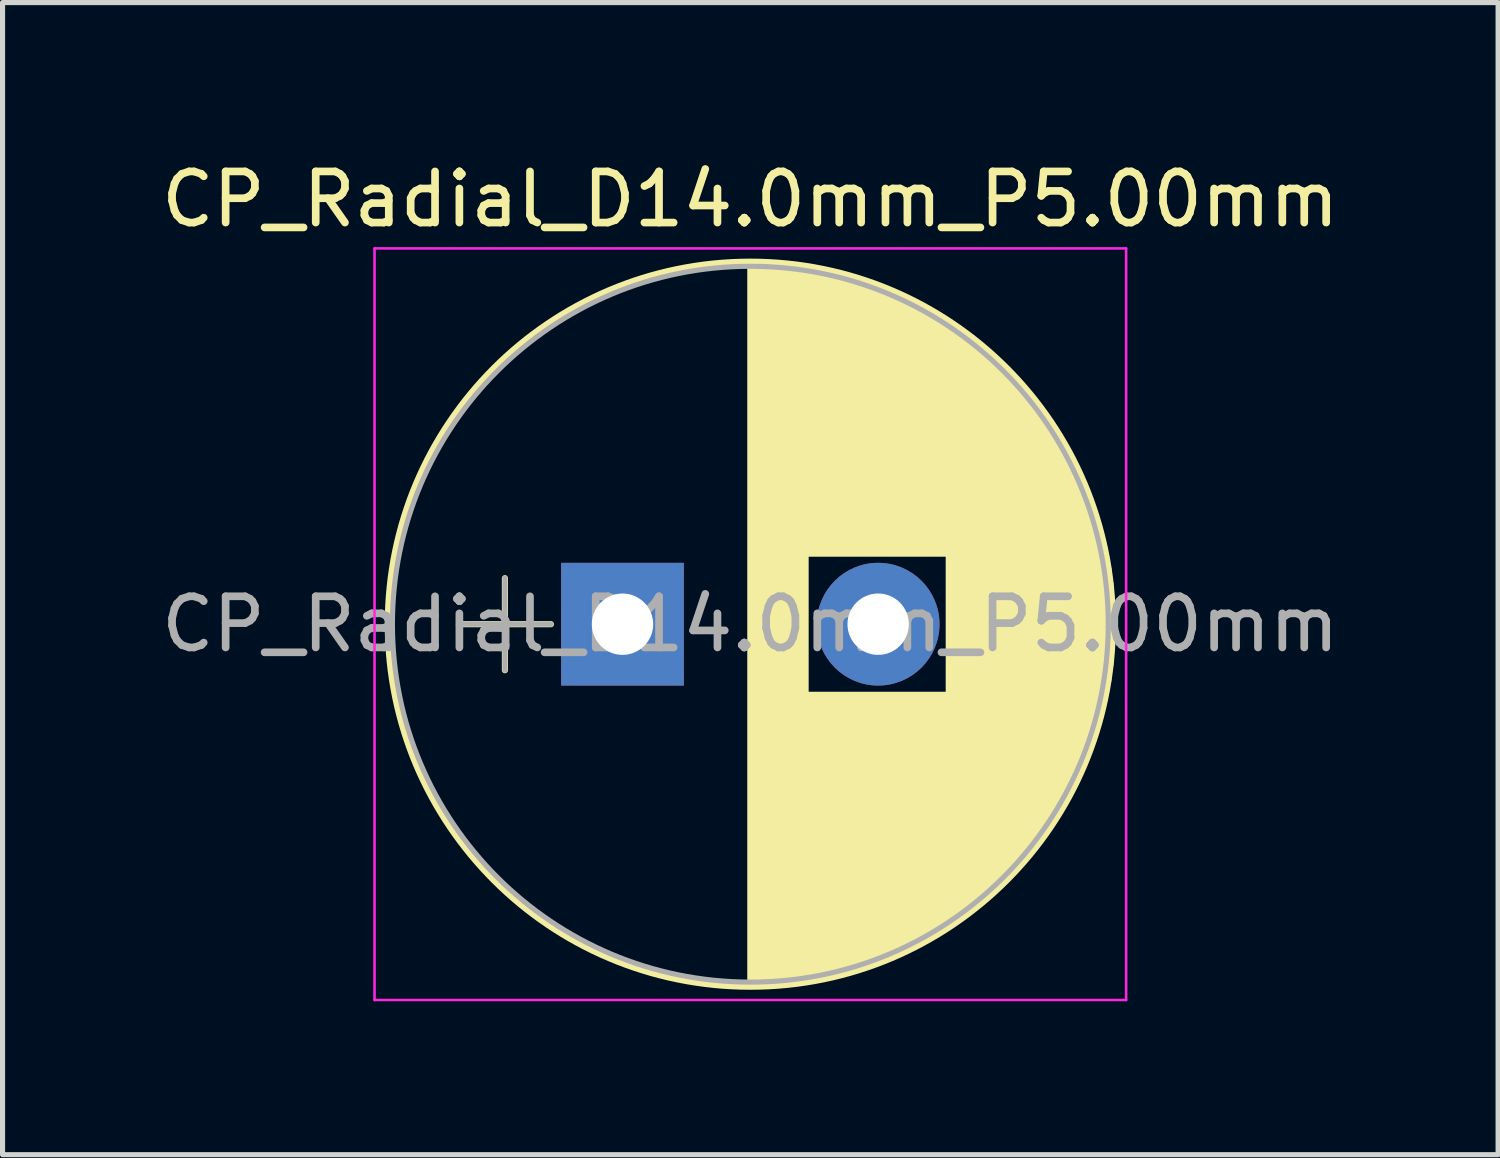
<source format=kicad_pcb>
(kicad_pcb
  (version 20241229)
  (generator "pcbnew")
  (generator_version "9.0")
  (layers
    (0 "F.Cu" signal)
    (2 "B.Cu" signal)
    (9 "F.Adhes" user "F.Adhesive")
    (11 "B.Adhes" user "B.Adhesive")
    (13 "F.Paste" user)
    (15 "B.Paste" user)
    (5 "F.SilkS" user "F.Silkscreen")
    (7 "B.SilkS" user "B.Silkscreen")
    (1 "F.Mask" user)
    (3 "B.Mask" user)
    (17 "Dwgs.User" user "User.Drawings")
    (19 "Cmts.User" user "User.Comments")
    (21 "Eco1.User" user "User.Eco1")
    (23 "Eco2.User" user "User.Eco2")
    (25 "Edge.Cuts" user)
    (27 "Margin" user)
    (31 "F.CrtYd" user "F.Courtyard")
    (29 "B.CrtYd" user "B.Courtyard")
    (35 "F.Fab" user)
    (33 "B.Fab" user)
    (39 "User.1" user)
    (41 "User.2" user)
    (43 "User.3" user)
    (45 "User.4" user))
  (footprint "CP_Radial_D14.0mm_P5.00mm"
    (layer "F.Cu")
    (at 9.125 9.158)
    (property "Reference" "CP_Radial_D14.0mm_P5.00mm" (at 2.5 -8.31 0) (layer "F.SilkS") (effects (font (size 1 1) (thickness 0.15))))
    (attr through_hole)
    (fp_line (start -3.2 0) (end -1.4 0) (stroke (width 0.12) (type solid)) (layer "F.SilkS"))
    (fp_line (start -2.3 -0.9) (end -2.3 0.9) (stroke (width 0.12) (type solid)) (layer "F.SilkS"))
    (fp_line (start 2.5 -7.05) (end 2.5 7.05) (stroke (width 0.12) (type solid)) (layer "F.SilkS"))
    (fp_line (start 2.54 -7.05) (end 2.54 7.05) (stroke (width 0.12) (type solid)) (layer "F.SilkS"))
    (fp_line (start 2.58 -7.05) (end 2.58 7.05) (stroke (width 0.12) (type solid)) (layer "F.SilkS"))
    (fp_line (start 2.62 -7.049) (end 2.62 7.049) (stroke (width 0.12) (type solid)) (layer "F.SilkS"))
    (fp_line (start 2.66 -7.049) (end 2.66 7.049) (stroke (width 0.12) (type solid)) (layer "F.SilkS"))
    (fp_line (start 2.7 -7.048) (end 2.7 7.048) (stroke (width 0.12) (type solid)) (layer "F.SilkS"))
    (fp_line (start 2.74 -7.046) (end 2.74 7.046) (stroke (width 0.12) (type solid)) (layer "F.SilkS"))
    (fp_line (start 2.78 -7.045) (end 2.78 7.045) (stroke (width 0.12) (type solid)) (layer "F.SilkS"))
    (fp_line (start 2.82 -7.043) (end 2.82 7.043) (stroke (width 0.12) (type solid)) (layer "F.SilkS"))
    (fp_line (start 2.86 -7.041) (end 2.86 7.041) (stroke (width 0.12) (type solid)) (layer "F.SilkS"))
    (fp_line (start 2.9 -7.039) (end 2.9 7.039) (stroke (width 0.12) (type solid)) (layer "F.SilkS"))
    (fp_line (start 2.94 -7.037) (end 2.94 7.037) (stroke (width 0.12) (type solid)) (layer "F.SilkS"))
    (fp_line (start 2.98 -7.034) (end 2.98 7.034) (stroke (width 0.12) (type solid)) (layer "F.SilkS"))
    (fp_line (start 3.02 -7.031) (end 3.02 7.031) (stroke (width 0.12) (type solid)) (layer "F.SilkS"))
    (fp_line (start 3.06 -7.028) (end 3.06 7.028) (stroke (width 0.12) (type solid)) (layer "F.SilkS"))
    (fp_line (start 3.1 -7.025) (end 3.1 7.025) (stroke (width 0.12) (type solid)) (layer "F.SilkS"))
    (fp_line (start 3.14 -7.022) (end 3.14 7.022) (stroke (width 0.12) (type solid)) (layer "F.SilkS"))
    (fp_line (start 3.18 -7.018) (end 3.18 7.018) (stroke (width 0.12) (type solid)) (layer "F.SilkS"))
    (fp_line (start 3.221 -7.014) (end 3.221 7.014) (stroke (width 0.12) (type solid)) (layer "F.SilkS"))
    (fp_line (start 3.261 -7.01) (end 3.261 7.01) (stroke (width 0.12) (type solid)) (layer "F.SilkS"))
    (fp_line (start 3.301 -7.005) (end 3.301 7.005) (stroke (width 0.12) (type solid)) (layer "F.SilkS"))
    (fp_line (start 3.341 -7.001) (end 3.341 7.001) (stroke (width 0.12) (type solid)) (layer "F.SilkS"))
    (fp_line (start 3.381 -6.996) (end 3.381 6.996) (stroke (width 0.12) (type solid)) (layer "F.SilkS"))
    (fp_line (start 3.421 -6.991) (end 3.421 6.991) (stroke (width 0.12) (type solid)) (layer "F.SilkS"))
    (fp_line (start 3.461 -6.985) (end 3.461 6.985) (stroke (width 0.12) (type solid)) (layer "F.SilkS"))
    (fp_line (start 3.501 -6.98) (end 3.501 6.98) (stroke (width 0.12) (type solid)) (layer "F.SilkS"))
    (fp_line (start 3.541 -6.974) (end 3.541 6.974) (stroke (width 0.12) (type solid)) (layer "F.SilkS"))
    (fp_line (start 3.581 -6.968) (end 3.581 6.968) (stroke (width 0.12) (type solid)) (layer "F.SilkS"))
    (fp_line (start 3.621 -6.961) (end 3.621 -1.38) (stroke (width 0.12) (type solid)) (layer "F.SilkS"))
    (fp_line (start 3.621 1.38) (end 3.621 6.961) (stroke (width 0.12) (type solid)) (layer "F.SilkS"))
    (fp_line (start 3.661 -6.955) (end 3.661 -1.38) (stroke (width 0.12) (type solid)) (layer "F.SilkS"))
    (fp_line (start 3.661 1.38) (end 3.661 6.955) (stroke (width 0.12) (type solid)) (layer "F.SilkS"))
    (fp_line (start 3.701 -6.948) (end 3.701 -1.38) (stroke (width 0.12) (type solid)) (layer "F.SilkS"))
    (fp_line (start 3.701 1.38) (end 3.701 6.948) (stroke (width 0.12) (type solid)) (layer "F.SilkS"))
    (fp_line (start 3.741 -6.941) (end 3.741 -1.38) (stroke (width 0.12) (type solid)) (layer "F.SilkS"))
    (fp_line (start 3.741 1.38) (end 3.741 6.941) (stroke (width 0.12) (type solid)) (layer "F.SilkS"))
    (fp_line (start 3.781 -6.934) (end 3.781 -1.38) (stroke (width 0.12) (type solid)) (layer "F.SilkS"))
    (fp_line (start 3.781 1.38) (end 3.781 6.934) (stroke (width 0.12) (type solid)) (layer "F.SilkS"))
    (fp_line (start 3.821 -6.927) (end 3.821 -1.38) (stroke (width 0.12) (type solid)) (layer "F.SilkS"))
    (fp_line (start 3.821 1.38) (end 3.821 6.927) (stroke (width 0.12) (type solid)) (layer "F.SilkS"))
    (fp_line (start 3.861 -6.919) (end 3.861 -1.38) (stroke (width 0.12) (type solid)) (layer "F.SilkS"))
    (fp_line (start 3.861 1.38) (end 3.861 6.919) (stroke (width 0.12) (type solid)) (layer "F.SilkS"))
    (fp_line (start 3.901 -6.911) (end 3.901 -1.38) (stroke (width 0.12) (type solid)) (layer "F.SilkS"))
    (fp_line (start 3.901 1.38) (end 3.901 6.911) (stroke (width 0.12) (type solid)) (layer "F.SilkS"))
    (fp_line (start 3.941 -6.903) (end 3.941 -1.38) (stroke (width 0.12) (type solid)) (layer "F.SilkS"))
    (fp_line (start 3.941 1.38) (end 3.941 6.903) (stroke (width 0.12) (type solid)) (layer "F.SilkS"))
    (fp_line (start 3.981 -6.894) (end 3.981 -1.38) (stroke (width 0.12) (type solid)) (layer "F.SilkS"))
    (fp_line (start 3.981 1.38) (end 3.981 6.894) (stroke (width 0.12) (type solid)) (layer "F.SilkS"))
    (fp_line (start 4.021 -6.886) (end 4.021 -1.38) (stroke (width 0.12) (type solid)) (layer "F.SilkS"))
    (fp_line (start 4.021 1.38) (end 4.021 6.886) (stroke (width 0.12) (type solid)) (layer "F.SilkS"))
    (fp_line (start 4.061 -6.877) (end 4.061 -1.38) (stroke (width 0.12) (type solid)) (layer "F.SilkS"))
    (fp_line (start 4.061 1.38) (end 4.061 6.877) (stroke (width 0.12) (type solid)) (layer "F.SilkS"))
    (fp_line (start 4.101 -6.868) (end 4.101 -1.38) (stroke (width 0.12) (type solid)) (layer "F.SilkS"))
    (fp_line (start 4.101 1.38) (end 4.101 6.868) (stroke (width 0.12) (type solid)) (layer "F.SilkS"))
    (fp_line (start 4.141 -6.858) (end 4.141 -1.38) (stroke (width 0.12) (type solid)) (layer "F.SilkS"))
    (fp_line (start 4.141 1.38) (end 4.141 6.858) (stroke (width 0.12) (type solid)) (layer "F.SilkS"))
    (fp_line (start 4.181 -6.849) (end 4.181 -1.38) (stroke (width 0.12) (type solid)) (layer "F.SilkS"))
    (fp_line (start 4.181 1.38) (end 4.181 6.849) (stroke (width 0.12) (type solid)) (layer "F.SilkS"))
    (fp_line (start 4.221 -6.839) (end 4.221 -1.38) (stroke (width 0.12) (type solid)) (layer "F.SilkS"))
    (fp_line (start 4.221 1.38) (end 4.221 6.839) (stroke (width 0.12) (type solid)) (layer "F.SilkS"))
    (fp_line (start 4.261 -6.829) (end 4.261 -1.38) (stroke (width 0.12) (type solid)) (layer "F.SilkS"))
    (fp_line (start 4.261 1.38) (end 4.261 6.829) (stroke (width 0.12) (type solid)) (layer "F.SilkS"))
    (fp_line (start 4.301 -6.818) (end 4.301 -1.38) (stroke (width 0.12) (type solid)) (layer "F.SilkS"))
    (fp_line (start 4.301 1.38) (end 4.301 6.818) (stroke (width 0.12) (type solid)) (layer "F.SilkS"))
    (fp_line (start 4.341 -6.808) (end 4.341 -1.38) (stroke (width 0.12) (type solid)) (layer "F.SilkS"))
    (fp_line (start 4.341 1.38) (end 4.341 6.808) (stroke (width 0.12) (type solid)) (layer "F.SilkS"))
    (fp_line (start 4.381 -6.797) (end 4.381 -1.38) (stroke (width 0.12) (type solid)) (layer "F.SilkS"))
    (fp_line (start 4.381 1.38) (end 4.381 6.797) (stroke (width 0.12) (type solid)) (layer "F.SilkS"))
    (fp_line (start 4.421 -6.786) (end 4.421 -1.38) (stroke (width 0.12) (type solid)) (layer "F.SilkS"))
    (fp_line (start 4.421 1.38) (end 4.421 6.786) (stroke (width 0.12) (type solid)) (layer "F.SilkS"))
    (fp_line (start 4.461 -6.774) (end 4.461 -1.38) (stroke (width 0.12) (type solid)) (layer "F.SilkS"))
    (fp_line (start 4.461 1.38) (end 4.461 6.774) (stroke (width 0.12) (type solid)) (layer "F.SilkS"))
    (fp_line (start 4.501 -6.763) (end 4.501 -1.38) (stroke (width 0.12) (type solid)) (layer "F.SilkS"))
    (fp_line (start 4.501 1.38) (end 4.501 6.763) (stroke (width 0.12) (type solid)) (layer "F.SilkS"))
    (fp_line (start 4.541 -6.751) (end 4.541 -1.38) (stroke (width 0.12) (type solid)) (layer "F.SilkS"))
    (fp_line (start 4.541 1.38) (end 4.541 6.751) (stroke (width 0.12) (type solid)) (layer "F.SilkS"))
    (fp_line (start 4.581 -6.739) (end 4.581 -1.38) (stroke (width 0.12) (type solid)) (layer "F.SilkS"))
    (fp_line (start 4.581 1.38) (end 4.581 6.739) (stroke (width 0.12) (type solid)) (layer "F.SilkS"))
    (fp_line (start 4.621 -6.726) (end 4.621 -1.38) (stroke (width 0.12) (type solid)) (layer "F.SilkS"))
    (fp_line (start 4.621 1.38) (end 4.621 6.726) (stroke (width 0.12) (type solid)) (layer "F.SilkS"))
    (fp_line (start 4.661 -6.713) (end 4.661 -1.38) (stroke (width 0.12) (type solid)) (layer "F.SilkS"))
    (fp_line (start 4.661 1.38) (end 4.661 6.713) (stroke (width 0.12) (type solid)) (layer "F.SilkS"))
    (fp_line (start 4.701 -6.701) (end 4.701 -1.38) (stroke (width 0.12) (type solid)) (layer "F.SilkS"))
    (fp_line (start 4.701 1.38) (end 4.701 6.701) (stroke (width 0.12) (type solid)) (layer "F.SilkS"))
    (fp_line (start 4.741 -6.687) (end 4.741 -1.38) (stroke (width 0.12) (type solid)) (layer "F.SilkS"))
    (fp_line (start 4.741 1.38) (end 4.741 6.687) (stroke (width 0.12) (type solid)) (layer "F.SilkS"))
    (fp_line (start 4.781 -6.674) (end 4.781 -1.38) (stroke (width 0.12) (type solid)) (layer "F.SilkS"))
    (fp_line (start 4.781 1.38) (end 4.781 6.674) (stroke (width 0.12) (type solid)) (layer "F.SilkS"))
    (fp_line (start 4.821 -6.66) (end 4.821 -1.38) (stroke (width 0.12) (type solid)) (layer "F.SilkS"))
    (fp_line (start 4.821 1.38) (end 4.821 6.66) (stroke (width 0.12) (type solid)) (layer "F.SilkS"))
    (fp_line (start 4.861 -6.646) (end 4.861 -1.38) (stroke (width 0.12) (type solid)) (layer "F.SilkS"))
    (fp_line (start 4.861 1.38) (end 4.861 6.646) (stroke (width 0.12) (type solid)) (layer "F.SilkS"))
    (fp_line (start 4.901 -6.632) (end 4.901 -1.38) (stroke (width 0.12) (type solid)) (layer "F.SilkS"))
    (fp_line (start 4.901 1.38) (end 4.901 6.632) (stroke (width 0.12) (type solid)) (layer "F.SilkS"))
    (fp_line (start 4.941 -6.617) (end 4.941 -1.38) (stroke (width 0.12) (type solid)) (layer "F.SilkS"))
    (fp_line (start 4.941 1.38) (end 4.941 6.617) (stroke (width 0.12) (type solid)) (layer "F.SilkS"))
    (fp_line (start 4.981 -6.603) (end 4.981 -1.38) (stroke (width 0.12) (type solid)) (layer "F.SilkS"))
    (fp_line (start 4.981 1.38) (end 4.981 6.603) (stroke (width 0.12) (type solid)) (layer "F.SilkS"))
    (fp_line (start 5.021 -6.588) (end 5.021 -1.38) (stroke (width 0.12) (type solid)) (layer "F.SilkS"))
    (fp_line (start 5.021 1.38) (end 5.021 6.588) (stroke (width 0.12) (type solid)) (layer "F.SilkS"))
    (fp_line (start 5.061 -6.572) (end 5.061 -1.38) (stroke (width 0.12) (type solid)) (layer "F.SilkS"))
    (fp_line (start 5.061 1.38) (end 5.061 6.572) (stroke (width 0.12) (type solid)) (layer "F.SilkS"))
    (fp_line (start 5.101 -6.557) (end 5.101 -1.38) (stroke (width 0.12) (type solid)) (layer "F.SilkS"))
    (fp_line (start 5.101 1.38) (end 5.101 6.557) (stroke (width 0.12) (type solid)) (layer "F.SilkS"))
    (fp_line (start 5.141 -6.541) (end 5.141 -1.38) (stroke (width 0.12) (type solid)) (layer "F.SilkS"))
    (fp_line (start 5.141 1.38) (end 5.141 6.541) (stroke (width 0.12) (type solid)) (layer "F.SilkS"))
    (fp_line (start 5.181 -6.524) (end 5.181 -1.38) (stroke (width 0.12) (type solid)) (layer "F.SilkS"))
    (fp_line (start 5.181 1.38) (end 5.181 6.524) (stroke (width 0.12) (type solid)) (layer "F.SilkS"))
    (fp_line (start 5.221 -6.508) (end 5.221 -1.38) (stroke (width 0.12) (type solid)) (layer "F.SilkS"))
    (fp_line (start 5.221 1.38) (end 5.221 6.508) (stroke (width 0.12) (type solid)) (layer "F.SilkS"))
    (fp_line (start 5.261 -6.491) (end 5.261 -1.38) (stroke (width 0.12) (type solid)) (layer "F.SilkS"))
    (fp_line (start 5.261 1.38) (end 5.261 6.491) (stroke (width 0.12) (type solid)) (layer "F.SilkS"))
    (fp_line (start 5.301 -6.474) (end 5.301 -1.38) (stroke (width 0.12) (type solid)) (layer "F.SilkS"))
    (fp_line (start 5.301 1.38) (end 5.301 6.474) (stroke (width 0.12) (type solid)) (layer "F.SilkS"))
    (fp_line (start 5.341 -6.457) (end 5.341 -1.38) (stroke (width 0.12) (type solid)) (layer "F.SilkS"))
    (fp_line (start 5.341 1.38) (end 5.341 6.457) (stroke (width 0.12) (type solid)) (layer "F.SilkS"))
    (fp_line (start 5.381 -6.439) (end 5.381 -1.38) (stroke (width 0.12) (type solid)) (layer "F.SilkS"))
    (fp_line (start 5.381 1.38) (end 5.381 6.439) (stroke (width 0.12) (type solid)) (layer "F.SilkS"))
    (fp_line (start 5.421 -6.421) (end 5.421 -1.38) (stroke (width 0.12) (type solid)) (layer "F.SilkS"))
    (fp_line (start 5.421 1.38) (end 5.421 6.421) (stroke (width 0.12) (type solid)) (layer "F.SilkS"))
    (fp_line (start 5.461 -6.403) (end 5.461 -1.38) (stroke (width 0.12) (type solid)) (layer "F.SilkS"))
    (fp_line (start 5.461 1.38) (end 5.461 6.403) (stroke (width 0.12) (type solid)) (layer "F.SilkS"))
    (fp_line (start 5.501 -6.385) (end 5.501 -1.38) (stroke (width 0.12) (type solid)) (layer "F.SilkS"))
    (fp_line (start 5.501 1.38) (end 5.501 6.385) (stroke (width 0.12) (type solid)) (layer "F.SilkS"))
    (fp_line (start 5.541 -6.366) (end 5.541 -1.38) (stroke (width 0.12) (type solid)) (layer "F.SilkS"))
    (fp_line (start 5.541 1.38) (end 5.541 6.366) (stroke (width 0.12) (type solid)) (layer "F.SilkS"))
    (fp_line (start 5.581 -6.347) (end 5.581 -1.38) (stroke (width 0.12) (type solid)) (layer "F.SilkS"))
    (fp_line (start 5.581 1.38) (end 5.581 6.347) (stroke (width 0.12) (type solid)) (layer "F.SilkS"))
    (fp_line (start 5.621 -6.327) (end 5.621 -1.38) (stroke (width 0.12) (type solid)) (layer "F.SilkS"))
    (fp_line (start 5.621 1.38) (end 5.621 6.327) (stroke (width 0.12) (type solid)) (layer "F.SilkS"))
    (fp_line (start 5.661 -6.307) (end 5.661 -1.38) (stroke (width 0.12) (type solid)) (layer "F.SilkS"))
    (fp_line (start 5.661 1.38) (end 5.661 6.307) (stroke (width 0.12) (type solid)) (layer "F.SilkS"))
    (fp_line (start 5.701 -6.287) (end 5.701 -1.38) (stroke (width 0.12) (type solid)) (layer "F.SilkS"))
    (fp_line (start 5.701 1.38) (end 5.701 6.287) (stroke (width 0.12) (type solid)) (layer "F.SilkS"))
    (fp_line (start 5.741 -6.267) (end 5.741 -1.38) (stroke (width 0.12) (type solid)) (layer "F.SilkS"))
    (fp_line (start 5.741 1.38) (end 5.741 6.267) (stroke (width 0.12) (type solid)) (layer "F.SilkS"))
    (fp_line (start 5.781 -6.246) (end 5.781 -1.38) (stroke (width 0.12) (type solid)) (layer "F.SilkS"))
    (fp_line (start 5.781 1.38) (end 5.781 6.246) (stroke (width 0.12) (type solid)) (layer "F.SilkS"))
    (fp_line (start 5.821 -6.225) (end 5.821 -1.38) (stroke (width 0.12) (type solid)) (layer "F.SilkS"))
    (fp_line (start 5.821 1.38) (end 5.821 6.225) (stroke (width 0.12) (type solid)) (layer "F.SilkS"))
    (fp_line (start 5.861 -6.204) (end 5.861 -1.38) (stroke (width 0.12) (type solid)) (layer "F.SilkS"))
    (fp_line (start 5.861 1.38) (end 5.861 6.204) (stroke (width 0.12) (type solid)) (layer "F.SilkS"))
    (fp_line (start 5.901 -6.182) (end 5.901 -1.38) (stroke (width 0.12) (type solid)) (layer "F.SilkS"))
    (fp_line (start 5.901 1.38) (end 5.901 6.182) (stroke (width 0.12) (type solid)) (layer "F.SilkS"))
    (fp_line (start 5.941 -6.16) (end 5.941 -1.38) (stroke (width 0.12) (type solid)) (layer "F.SilkS"))
    (fp_line (start 5.941 1.38) (end 5.941 6.16) (stroke (width 0.12) (type solid)) (layer "F.SilkS"))
    (fp_line (start 5.981 -6.138) (end 5.981 -1.38) (stroke (width 0.12) (type solid)) (layer "F.SilkS"))
    (fp_line (start 5.981 1.38) (end 5.981 6.138) (stroke (width 0.12) (type solid)) (layer "F.SilkS"))
    (fp_line (start 6.021 -6.115) (end 6.021 -1.38) (stroke (width 0.12) (type solid)) (layer "F.SilkS"))
    (fp_line (start 6.021 1.38) (end 6.021 6.115) (stroke (width 0.12) (type solid)) (layer "F.SilkS"))
    (fp_line (start 6.061 -6.092) (end 6.061 -1.38) (stroke (width 0.12) (type solid)) (layer "F.SilkS"))
    (fp_line (start 6.061 1.38) (end 6.061 6.092) (stroke (width 0.12) (type solid)) (layer "F.SilkS"))
    (fp_line (start 6.101 -6.069) (end 6.101 -1.38) (stroke (width 0.12) (type solid)) (layer "F.SilkS"))
    (fp_line (start 6.101 1.38) (end 6.101 6.069) (stroke (width 0.12) (type solid)) (layer "F.SilkS"))
    (fp_line (start 6.141 -6.045) (end 6.141 -1.38) (stroke (width 0.12) (type solid)) (layer "F.SilkS"))
    (fp_line (start 6.141 1.38) (end 6.141 6.045) (stroke (width 0.12) (type solid)) (layer "F.SilkS"))
    (fp_line (start 6.181 -6.021) (end 6.181 -1.38) (stroke (width 0.12) (type solid)) (layer "F.SilkS"))
    (fp_line (start 6.181 1.38) (end 6.181 6.021) (stroke (width 0.12) (type solid)) (layer "F.SilkS"))
    (fp_line (start 6.221 -5.996) (end 6.221 -1.38) (stroke (width 0.12) (type solid)) (layer "F.SilkS"))
    (fp_line (start 6.221 1.38) (end 6.221 5.996) (stroke (width 0.12) (type solid)) (layer "F.SilkS"))
    (fp_line (start 6.261 -5.971) (end 6.261 -1.38) (stroke (width 0.12) (type solid)) (layer "F.SilkS"))
    (fp_line (start 6.261 1.38) (end 6.261 5.971) (stroke (width 0.12) (type solid)) (layer "F.SilkS"))
    (fp_line (start 6.301 -5.946) (end 6.301 -1.38) (stroke (width 0.12) (type solid)) (layer "F.SilkS"))
    (fp_line (start 6.301 1.38) (end 6.301 5.946) (stroke (width 0.12) (type solid)) (layer "F.SilkS"))
    (fp_line (start 6.341 -5.921) (end 6.341 -1.38) (stroke (width 0.12) (type solid)) (layer "F.SilkS"))
    (fp_line (start 6.341 1.38) (end 6.341 5.921) (stroke (width 0.12) (type solid)) (layer "F.SilkS"))
    (fp_line (start 6.381 -5.895) (end 6.381 5.895) (stroke (width 0.12) (type solid)) (layer "F.SilkS"))
    (fp_line (start 6.421 -5.868) (end 6.421 5.868) (stroke (width 0.12) (type solid)) (layer "F.SilkS"))
    (fp_line (start 6.461 -5.842) (end 6.461 5.842) (stroke (width 0.12) (type solid)) (layer "F.SilkS"))
    (fp_line (start 6.501 -5.814) (end 6.501 5.814) (stroke (width 0.12) (type solid)) (layer "F.SilkS"))
    (fp_line (start 6.541 -5.787) (end 6.541 5.787) (stroke (width 0.12) (type solid)) (layer "F.SilkS"))
    (fp_line (start 6.581 -5.759) (end 6.581 5.759) (stroke (width 0.12) (type solid)) (layer "F.SilkS"))
    (fp_line (start 6.621 -5.731) (end 6.621 5.731) (stroke (width 0.12) (type solid)) (layer "F.SilkS"))
    (fp_line (start 6.661 -5.702) (end 6.661 5.702) (stroke (width 0.12) (type solid)) (layer "F.SilkS"))
    (fp_line (start 6.701 -5.673) (end 6.701 5.673) (stroke (width 0.12) (type solid)) (layer "F.SilkS"))
    (fp_line (start 6.741 -5.643) (end 6.741 5.643) (stroke (width 0.12) (type solid)) (layer "F.SilkS"))
    (fp_line (start 6.781 -5.613) (end 6.781 5.613) (stroke (width 0.12) (type solid)) (layer "F.SilkS"))
    (fp_line (start 6.821 -5.582) (end 6.821 5.582) (stroke (width 0.12) (type solid)) (layer "F.SilkS"))
    (fp_line (start 6.861 -5.551) (end 6.861 5.551) (stroke (width 0.12) (type solid)) (layer "F.SilkS"))
    (fp_line (start 6.901 -5.52) (end 6.901 5.52) (stroke (width 0.12) (type solid)) (layer "F.SilkS"))
    (fp_line (start 6.941 -5.488) (end 6.941 5.488) (stroke (width 0.12) (type solid)) (layer "F.SilkS"))
    (fp_line (start 6.981 -5.456) (end 6.981 5.456) (stroke (width 0.12) (type solid)) (layer "F.SilkS"))
    (fp_line (start 7.021 -5.423) (end 7.021 5.423) (stroke (width 0.12) (type solid)) (layer "F.SilkS"))
    (fp_line (start 7.061 -5.39) (end 7.061 5.39) (stroke (width 0.12) (type solid)) (layer "F.SilkS"))
    (fp_line (start 7.101 -5.356) (end 7.101 5.356) (stroke (width 0.12) (type solid)) (layer "F.SilkS"))
    (fp_line (start 7.141 -5.321) (end 7.141 5.321) (stroke (width 0.12) (type solid)) (layer "F.SilkS"))
    (fp_line (start 7.181 -5.286) (end 7.181 5.286) (stroke (width 0.12) (type solid)) (layer "F.SilkS"))
    (fp_line (start 7.221 -5.251) (end 7.221 5.251) (stroke (width 0.12) (type solid)) (layer "F.SilkS"))
    (fp_line (start 7.261 -5.215) (end 7.261 5.215) (stroke (width 0.12) (type solid)) (layer "F.SilkS"))
    (fp_line (start 7.301 -5.179) (end 7.301 5.179) (stroke (width 0.12) (type solid)) (layer "F.SilkS"))
    (fp_line (start 7.341 -5.141) (end 7.341 5.141) (stroke (width 0.12) (type solid)) (layer "F.SilkS"))
    (fp_line (start 7.381 -5.104) (end 7.381 5.104) (stroke (width 0.12) (type solid)) (layer "F.SilkS"))
    (fp_line (start 7.421 -5.066) (end 7.421 5.066) (stroke (width 0.12) (type solid)) (layer "F.SilkS"))
    (fp_line (start 7.461 -5.027) (end 7.461 5.027) (stroke (width 0.12) (type solid)) (layer "F.SilkS"))
    (fp_line (start 7.501 -4.987) (end 7.501 4.987) (stroke (width 0.12) (type solid)) (layer "F.SilkS"))
    (fp_line (start 7.541 -4.947) (end 7.541 4.947) (stroke (width 0.12) (type solid)) (layer "F.SilkS"))
    (fp_line (start 7.581 -4.906) (end 7.581 4.906) (stroke (width 0.12) (type solid)) (layer "F.SilkS"))
    (fp_line (start 7.621 -4.865) (end 7.621 4.865) (stroke (width 0.12) (type solid)) (layer "F.SilkS"))
    (fp_line (start 7.661 -4.823) (end 7.661 4.823) (stroke (width 0.12) (type solid)) (layer "F.SilkS"))
    (fp_line (start 7.701 -4.78) (end 7.701 4.78) (stroke (width 0.12) (type solid)) (layer "F.SilkS"))
    (fp_line (start 7.741 -4.737) (end 7.741 4.737) (stroke (width 0.12) (type solid)) (layer "F.SilkS"))
    (fp_line (start 7.781 -4.692) (end 7.781 4.692) (stroke (width 0.12) (type solid)) (layer "F.SilkS"))
    (fp_line (start 7.821 -4.647) (end 7.821 4.647) (stroke (width 0.12) (type solid)) (layer "F.SilkS"))
    (fp_line (start 7.861 -4.601) (end 7.861 4.601) (stroke (width 0.12) (type solid)) (layer "F.SilkS"))
    (fp_line (start 7.901 -4.555) (end 7.901 4.555) (stroke (width 0.12) (type solid)) (layer "F.SilkS"))
    (fp_line (start 7.941 -4.507) (end 7.941 4.507) (stroke (width 0.12) (type solid)) (layer "F.SilkS"))
    (fp_line (start 7.981 -4.459) (end 7.981 4.459) (stroke (width 0.12) (type solid)) (layer "F.SilkS"))
    (fp_line (start 8.021 -4.41) (end 8.021 4.41) (stroke (width 0.12) (type solid)) (layer "F.SilkS"))
    (fp_line (start 8.061 -4.36) (end 8.061 4.36) (stroke (width 0.12) (type solid)) (layer "F.SilkS"))
    (fp_line (start 8.101 -4.309) (end 8.101 4.309) (stroke (width 0.12) (type solid)) (layer "F.SilkS"))
    (fp_line (start 8.141 -4.257) (end 8.141 4.257) (stroke (width 0.12) (type solid)) (layer "F.SilkS"))
    (fp_line (start 8.181 -4.204) (end 8.181 4.204) (stroke (width 0.12) (type solid)) (layer "F.SilkS"))
    (fp_line (start 8.221 -4.15) (end 8.221 4.15) (stroke (width 0.12) (type solid)) (layer "F.SilkS"))
    (fp_line (start 8.261 -4.095) (end 8.261 4.095) (stroke (width 0.12) (type solid)) (layer "F.SilkS"))
    (fp_line (start 8.301 -4.038) (end 8.301 4.038) (stroke (width 0.12) (type solid)) (layer "F.SilkS"))
    (fp_line (start 8.341 -3.981) (end 8.341 3.981) (stroke (width 0.12) (type solid)) (layer "F.SilkS"))
    (fp_line (start 8.381 -3.922) (end 8.381 3.922) (stroke (width 0.12) (type solid)) (layer "F.SilkS"))
    (fp_line (start 8.421 -3.862) (end 8.421 3.862) (stroke (width 0.12) (type solid)) (layer "F.SilkS"))
    (fp_line (start 8.461 -3.801) (end 8.461 3.801) (stroke (width 0.12) (type solid)) (layer "F.SilkS"))
    (fp_line (start 8.501 -3.738) (end 8.501 3.738) (stroke (width 0.12) (type solid)) (layer "F.SilkS"))
    (fp_line (start 8.541 -3.674) (end 8.541 3.674) (stroke (width 0.12) (type solid)) (layer "F.SilkS"))
    (fp_line (start 8.581 -3.608) (end 8.581 3.608) (stroke (width 0.12) (type solid)) (layer "F.SilkS"))
    (fp_line (start 8.621 -3.54) (end 8.621 3.54) (stroke (width 0.12) (type solid)) (layer "F.SilkS"))
    (fp_line (start 8.661 -3.471) (end 8.661 3.471) (stroke (width 0.12) (type solid)) (layer "F.SilkS"))
    (fp_line (start 8.701 -3.4) (end 8.701 3.4) (stroke (width 0.12) (type solid)) (layer "F.SilkS"))
    (fp_line (start 8.741 -3.327) (end 8.741 3.327) (stroke (width 0.12) (type solid)) (layer "F.SilkS"))
    (fp_line (start 8.781 -3.251) (end 8.781 3.251) (stroke (width 0.12) (type solid)) (layer "F.SilkS"))
    (fp_line (start 8.821 -3.174) (end 8.821 3.174) (stroke (width 0.12) (type solid)) (layer "F.SilkS"))
    (fp_line (start 8.861 -3.094) (end 8.861 3.094) (stroke (width 0.12) (type solid)) (layer "F.SilkS"))
    (fp_line (start 8.901 -3.011) (end 8.901 3.011) (stroke (width 0.12) (type solid)) (layer "F.SilkS"))
    (fp_line (start 8.941 -2.926) (end 8.941 2.926) (stroke (width 0.12) (type solid)) (layer "F.SilkS"))
    (fp_line (start 8.981 -2.838) (end 8.981 2.838) (stroke (width 0.12) (type solid)) (layer "F.SilkS"))
    (fp_line (start 9.021 -2.746) (end 9.021 2.746) (stroke (width 0.12) (type solid)) (layer "F.SilkS"))
    (fp_line (start 9.061 -2.65) (end 9.061 2.65) (stroke (width 0.12) (type solid)) (layer "F.SilkS"))
    (fp_line (start 9.101 -2.55) (end 9.101 2.55) (stroke (width 0.12) (type solid)) (layer "F.SilkS"))
    (fp_line (start 9.141 -2.446) (end 9.141 2.446) (stroke (width 0.12) (type solid)) (layer "F.SilkS"))
    (fp_line (start 9.181 -2.337) (end 9.181 2.337) (stroke (width 0.12) (type solid)) (layer "F.SilkS"))
    (fp_line (start 9.221 -2.221) (end 9.221 2.221) (stroke (width 0.12) (type solid)) (layer "F.SilkS"))
    (fp_line (start 9.261 -2.098) (end 9.261 2.098) (stroke (width 0.12) (type solid)) (layer "F.SilkS"))
    (fp_line (start 9.301 -1.968) (end 9.301 1.968) (stroke (width 0.12) (type solid)) (layer "F.SilkS"))
    (fp_line (start 9.341 -1.827) (end 9.341 1.827) (stroke (width 0.12) (type solid)) (layer "F.SilkS"))
    (fp_line (start 9.381 -1.673) (end 9.381 1.673) (stroke (width 0.12) (type solid)) (layer "F.SilkS"))
    (fp_line (start 9.421 -1.504) (end 9.421 1.504) (stroke (width 0.12) (type solid)) (layer "F.SilkS"))
    (fp_line (start 9.461 -1.312) (end 9.461 1.312) (stroke (width 0.12) (type solid)) (layer "F.SilkS"))
    (fp_line (start 9.501 -1.087) (end 9.501 1.087) (stroke (width 0.12) (type solid)) (layer "F.SilkS"))
    (fp_line (start 9.541 -0.801) (end 9.541 0.801) (stroke (width 0.12) (type solid)) (layer "F.SilkS"))
    (fp_line (start 9.581 -0.337) (end 9.581 0.337) (stroke (width 0.12) (type solid)) (layer "F.SilkS"))
    (fp_circle (center 2.5 0) (end 9.59 0) (stroke (width 0.12) (type solid)) (fill no) (layer "F.SilkS"))
    (fp_line (start -4.85 -7.35) (end -4.85 7.35) (stroke (width 0.05) (type solid)) (layer "F.CrtYd"))
    (fp_line (start -4.85 7.35) (end 9.85 7.35) (stroke (width 0.05) (type solid)) (layer "F.CrtYd"))
    (fp_line (start 9.85 -7.35) (end -4.85 -7.35) (stroke (width 0.05) (type solid)) (layer "F.CrtYd"))
    (fp_line (start 9.85 7.35) (end 9.85 -7.35) (stroke (width 0.05) (type solid)) (layer "F.CrtYd"))
    (fp_line (start -3.2 0) (end -1.4 0) (stroke (width 0.1) (type solid)) (layer "F.Fab"))
    (fp_line (start -2.3 -0.9) (end -2.3 0.9) (stroke (width 0.1) (type solid)) (layer "F.Fab"))
    (fp_circle (center 2.5 0) (end 9.5 0) (stroke (width 0.1) (type solid)) (fill no) (layer "F.Fab"))
    (fp_text user "${REFERENCE}" (at 2.5 0 0) (layer "F.Fab") (effects (font (size 1 1) (thickness 0.15))))
    (pad "1" thru_hole rect (at 0 0) (size 2.4 2.4) (drill 1.2) (layers "*.Cu" "*.Mask"))
    (pad "2" thru_hole circle (at 5 0) (size 2.4 2.4) (drill 1.2) (layers "*.Cu" "*.Mask")))
  (gr_rect
    (start -3 -3)
    (end 26.25 19.533)
    (stroke (width 0.1) (type default))
    (fill no)
    (layer "Edge.Cuts")))
</source>
